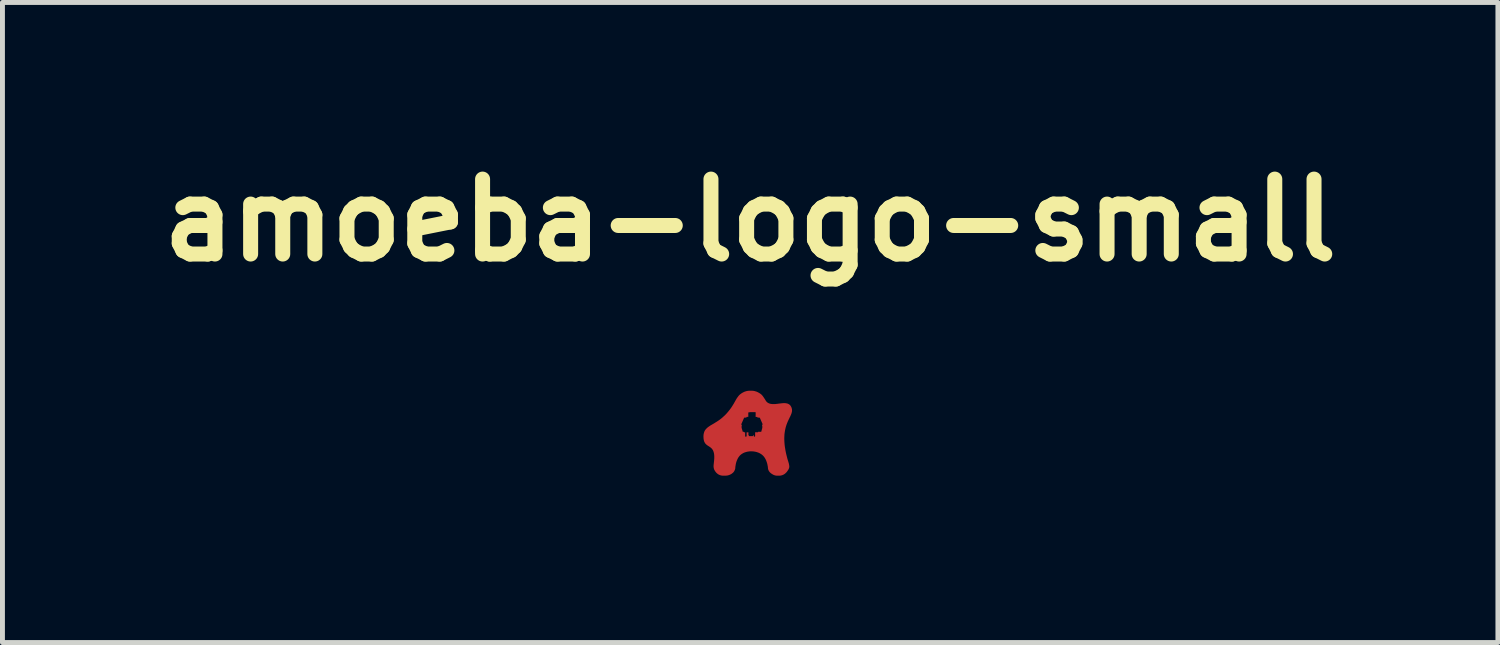
<source format=kicad_pcb>
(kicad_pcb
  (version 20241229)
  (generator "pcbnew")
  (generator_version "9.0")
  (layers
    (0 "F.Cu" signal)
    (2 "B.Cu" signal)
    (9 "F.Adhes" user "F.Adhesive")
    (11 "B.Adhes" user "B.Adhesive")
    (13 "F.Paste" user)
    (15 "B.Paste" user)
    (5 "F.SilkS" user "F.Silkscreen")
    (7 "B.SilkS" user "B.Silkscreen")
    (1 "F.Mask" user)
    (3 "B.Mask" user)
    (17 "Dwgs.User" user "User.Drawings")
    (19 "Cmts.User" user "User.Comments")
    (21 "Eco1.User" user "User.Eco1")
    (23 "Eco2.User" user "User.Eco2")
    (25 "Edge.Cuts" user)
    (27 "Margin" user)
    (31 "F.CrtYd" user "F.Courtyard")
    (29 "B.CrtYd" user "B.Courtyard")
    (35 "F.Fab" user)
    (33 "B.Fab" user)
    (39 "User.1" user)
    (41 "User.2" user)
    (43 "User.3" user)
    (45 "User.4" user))
  (footprint "amoeba-logo-small"
    (layer "F.Cu")
    (at 12.207 5.746)
    (property "Reference" "amoeba-logo-small" (at 0 -4.319 180) (layer "F.SilkS") (effects (font (size 1.524 1.524) (thickness 0.305))))
    (attr smd)
    (fp_poly (pts (xy -0.011 -0.85) (xy 0.006 -0.415) (xy 0.104 -0.415) (xy 0.111 -0.407) (xy 0.11 -0.317) (xy 0.144 -0.317) (xy 0.149 -0.303) (xy 0.189 -0.303) (xy 0.194 -0.299) (xy 0.198 -0.294) (xy 0.255 -0.164) (xy 0.242 -0.158) (xy 0.242 -0.136) (xy 0.246 -0.137) (xy 0.246 -0.095) (xy 0.224 -0.014) (xy 0.159 -0.014) (xy 0.159 -0.005) (xy 0.1 -0.005) (xy 0.1 0.074) (xy 0.087 0.088) (xy 0.072 0.074) (xy 0.072 0.045) (xy 0.052 0.074) (xy -0.022 0.074) (xy -0.037 0.046) (xy -0.036 -0.004) (xy -0.073 -0.004) (xy -0.073 0.075) (xy -0.088 0.089) (xy -0.103 0.075) (xy -0.103 -0.005) (xy -0.127 -0.005) (xy -0.127 -0.015) (xy -0.151 -0.014) (xy -0.175 -0.096) (xy -0.175 -0.135) (xy -0.171 -0.136) (xy -0.172 -0.158) (xy -0.178 -0.158) (xy -0.184 -0.163) (xy -0.125 -0.298) (xy -0.121 -0.301) (xy -0.117 -0.303) (xy -0.079 -0.303) (xy -0.072 -0.318) (xy -0.039 -0.318) (xy -0.039 -0.408) (xy 0.006 -0.415) (xy -0.011 -0.85) (xy -0.031 -0.849) (xy -0.051 -0.847) (xy -0.072 -0.843) (xy -0.092 -0.837) (xy -0.112 -0.831) (xy -0.132 -0.822) (xy -0.152 -0.812) (xy -0.172 -0.8) (xy -0.191 -0.787) (xy -0.209 -0.773) (xy -0.226 -0.757) (xy -0.241 -0.739) (xy -0.256 -0.719) (xy -0.27 -0.7) (xy -0.282 -0.68) (xy -0.293 -0.662) (xy -0.302 -0.645) (xy -0.31 -0.631) (xy -0.317 -0.619) (xy -0.333 -0.59) (xy -0.35 -0.562) (xy -0.367 -0.535) (xy -0.383 -0.51) (xy -0.4 -0.486) (xy -0.417 -0.463) (xy -0.434 -0.442) (xy -0.451 -0.421) (xy -0.468 -0.401) (xy -0.484 -0.383) (xy -0.501 -0.365) (xy -0.518 -0.348) (xy -0.534 -0.333) (xy -0.551 -0.318) (xy -0.567 -0.303) (xy -0.583 -0.29) (xy -0.599 -0.277) (xy -0.615 -0.265) (xy -0.631 -0.253) (xy -0.647 -0.242) (xy -0.662 -0.232) (xy -0.677 -0.222) (xy -0.692 -0.213) (xy -0.707 -0.204) (xy -0.721 -0.195) (xy -0.735 -0.186) (xy -0.749 -0.178) (xy -0.762 -0.17) (xy -0.775 -0.163) (xy -0.788 -0.155) (xy -0.801 -0.148) (xy -0.813 -0.14) (xy -0.824 -0.133) (xy -0.835 -0.125) (xy -0.846 -0.118) (xy -0.857 -0.11) (xy -0.867 -0.102) (xy -0.876 -0.094) (xy -0.885 -0.086) (xy -0.893 -0.077) (xy -0.901 -0.069) (xy -0.909 -0.059) (xy -0.916 -0.05) (xy -0.922 -0.04) (xy -0.928 -0.029) (xy -0.933 -0.018) (xy -0.937 -0.006) (xy -0.941 0.007) (xy -0.944 0.02) (xy -0.947 0.033) (xy -0.949 0.048) (xy -0.95 0.063) (xy -0.951 0.08) (xy -0.95 0.099) (xy -0.949 0.116) (xy -0.948 0.132) (xy -0.945 0.147) (xy -0.942 0.161) (xy -0.939 0.174) (xy -0.934 0.186) (xy -0.93 0.196) (xy -0.924 0.206) (xy -0.919 0.215) (xy -0.913 0.224) (xy -0.906 0.231) (xy -0.899 0.238) (xy -0.892 0.245) (xy -0.885 0.251) (xy -0.877 0.257) (xy -0.869 0.263) (xy -0.861 0.268) (xy -0.853 0.273) (xy -0.845 0.278) (xy -0.837 0.283) (xy -0.829 0.289) (xy -0.821 0.294) (xy -0.813 0.3) (xy -0.805 0.306) (xy -0.798 0.312) (xy -0.79 0.319) (xy -0.783 0.326) (xy -0.776 0.334) (xy -0.77 0.343) (xy -0.763 0.352) (xy -0.758 0.362) (xy -0.752 0.373) (xy -0.748 0.386) (xy -0.743 0.399) (xy -0.74 0.413) (xy -0.736 0.428) (xy -0.734 0.445) (xy -0.732 0.463) (xy -0.731 0.483) (xy -0.731 0.504) (xy -0.731 0.526) (xy -0.733 0.551) (xy -0.735 0.577) (xy -0.738 0.604) (xy -0.741 0.632) (xy -0.744 0.657) (xy -0.745 0.679) (xy -0.745 0.7) (xy -0.742 0.719) (xy -0.738 0.737) (xy -0.732 0.755) (xy -0.722 0.773) (xy -0.71 0.792) (xy -0.696 0.81) (xy -0.681 0.826) (xy -0.664 0.84) (xy -0.647 0.852) (xy -0.629 0.861) (xy -0.609 0.869) (xy -0.589 0.874) (xy -0.567 0.877) (xy -0.545 0.878) (xy -0.514 0.878) (xy -0.492 0.877) (xy -0.47 0.875) (xy -0.45 0.871) (xy -0.43 0.865) (xy -0.411 0.857) (xy -0.392 0.848) (xy -0.375 0.837) (xy -0.357 0.823) (xy -0.341 0.808) (xy -0.328 0.791) (xy -0.318 0.772) (xy -0.31 0.752) (xy -0.304 0.731) (xy -0.304 0.728) (xy -0.304 0.722) (xy -0.303 0.711) (xy -0.302 0.696) (xy -0.299 0.679) (xy -0.296 0.659) (xy -0.292 0.637) (xy -0.286 0.613) (xy -0.279 0.589) (xy -0.269 0.564) (xy -0.258 0.539) (xy -0.245 0.514) (xy -0.229 0.491) (xy -0.211 0.469) (xy -0.19 0.45) (xy -0.173 0.437) (xy -0.155 0.426) (xy -0.137 0.416) (xy -0.117 0.407) (xy -0.096 0.4) (xy -0.075 0.394) (xy -0.053 0.389) (xy -0.031 0.386) (xy -0.008 0.383) (xy 0.014 0.382) (xy 0.037 0.383) (xy 0.06 0.384) (xy 0.082 0.387) (xy 0.105 0.391) (xy 0.126 0.396) (xy 0.148 0.403) (xy 0.168 0.41) (xy 0.188 0.419) (xy 0.207 0.43) (xy 0.225 0.441) (xy 0.242 0.454) (xy 0.263 0.473) (xy 0.282 0.495) (xy 0.298 0.518) (xy 0.312 0.543) (xy 0.324 0.568) (xy 0.333 0.593) (xy 0.341 0.617) (xy 0.348 0.641) (xy 0.352 0.663) (xy 0.356 0.683) (xy 0.359 0.7) (xy 0.36 0.715) (xy 0.361 0.726) (xy 0.362 0.733) (xy 0.362 0.735) (xy 0.367 0.755) (xy 0.375 0.774) (xy 0.385 0.791) (xy 0.398 0.807) (xy 0.414 0.823) (xy 0.433 0.837) (xy 0.452 0.849) (xy 0.471 0.86) (xy 0.491 0.868) (xy 0.511 0.874) (xy 0.532 0.877) (xy 0.554 0.878) (xy 0.584 0.878) (xy 0.607 0.877) (xy 0.628 0.874) (xy 0.649 0.868) (xy 0.668 0.861) (xy 0.687 0.851) (xy 0.705 0.839) (xy 0.722 0.824) (xy 0.738 0.808) (xy 0.753 0.789) (xy 0.765 0.771) (xy 0.776 0.755) (xy 0.784 0.739) (xy 0.79 0.723) (xy 0.794 0.706) (xy 0.795 0.686) (xy 0.792 0.664) (xy 0.787 0.637) (xy 0.778 0.604) (xy 0.766 0.566) (xy 0.755 0.529) (xy 0.746 0.493) (xy 0.737 0.458) (xy 0.729 0.424) (xy 0.722 0.391) (xy 0.716 0.359) (xy 0.711 0.328) (xy 0.706 0.298) (xy 0.702 0.269) (xy 0.699 0.241) (xy 0.697 0.213) (xy 0.695 0.186) (xy 0.694 0.161) (xy 0.693 0.136) (xy 0.693 0.111) (xy 0.694 0.088) (xy 0.695 0.065) (xy 0.696 0.043) (xy 0.698 0.022) (xy 0.701 0.001) (xy 0.704 -0.019) (xy 0.707 -0.038) (xy 0.711 -0.057) (xy 0.715 -0.075) (xy 0.719 -0.093) (xy 0.723 -0.11) (xy 0.728 -0.126) (xy 0.733 -0.142) (xy 0.738 -0.158) (xy 0.744 -0.173) (xy 0.749 -0.187) (xy 0.755 -0.201) (xy 0.76 -0.215) (xy 0.766 -0.228) (xy 0.772 -0.241) (xy 0.778 -0.253) (xy 0.783 -0.265) (xy 0.789 -0.277) (xy 0.795 -0.289) (xy 0.8 -0.3) (xy 0.805 -0.311) (xy 0.811 -0.321) (xy 0.816 -0.332) (xy 0.82 -0.342) (xy 0.825 -0.352) (xy 0.829 -0.362) (xy 0.833 -0.372) (xy 0.837 -0.382) (xy 0.84 -0.391) (xy 0.843 -0.401) (xy 0.845 -0.41) (xy 0.847 -0.419) (xy 0.849 -0.429) (xy 0.85 -0.438) (xy 0.85 -0.447) (xy 0.85 -0.457) (xy 0.85 -0.466) (xy 0.848 -0.476) (xy 0.846 -0.485) (xy 0.844 -0.495) (xy 0.841 -0.505) (xy 0.833 -0.522) (xy 0.825 -0.537) (xy 0.815 -0.551) (xy 0.805 -0.562) (xy 0.793 -0.571) (xy 0.78 -0.579) (xy 0.767 -0.585) (xy 0.753 -0.59) (xy 0.738 -0.593) (xy 0.723 -0.596) (xy 0.707 -0.597) (xy 0.69 -0.597) (xy 0.673 -0.597) (xy 0.655 -0.596) (xy 0.638 -0.594) (xy 0.619 -0.592) (xy 0.601 -0.59) (xy 0.583 -0.588) (xy 0.564 -0.585) (xy 0.546 -0.583) (xy 0.527 -0.581) (xy 0.509 -0.579) (xy 0.491 -0.578) (xy 0.473 -0.578) (xy 0.455 -0.578) (xy 0.438 -0.58) (xy 0.422 -0.582) (xy 0.405 -0.585) (xy 0.39 -0.59) (xy 0.375 -0.596) (xy 0.36 -0.604) (xy 0.347 -0.613) (xy 0.334 -0.625) (xy 0.325 -0.635) (xy 0.315 -0.65) (xy 0.304 -0.669) (xy 0.291 -0.689) (xy 0.277 -0.71) (xy 0.262 -0.732) (xy 0.246 -0.753) (xy 0.228 -0.772) (xy 0.209 -0.787) (xy 0.189 -0.8) (xy 0.169 -0.812) (xy 0.149 -0.822) (xy 0.129 -0.831) (xy 0.109 -0.837) (xy 0.088 -0.843) (xy 0.068 -0.847) (xy 0.048 -0.849) (xy 0.028 -0.85) (xy -0.011 -0.85)) (stroke (width 0) (type solid)) (fill yes) (layer "F.Cu"))
    (fp_poly (pts (xy -0.079 -1.271) (xy -0.1 -1.271) (xy -0.122 -1.269) (xy -0.144 -1.267) (xy -0.166 -1.263) (xy -0.187 -1.258) (xy -0.209 -1.252) (xy -0.23 -1.245) (xy -0.252 -1.237) (xy -0.273 -1.228) (xy -0.295 -1.218) (xy -0.316 -1.207) (xy -0.337 -1.195) (xy -0.359 -1.181) (xy -0.38 -1.167) (xy -0.398 -1.153) (xy -0.416 -1.137) (xy -0.433 -1.12) (xy -0.45 -1.102) (xy -0.466 -1.082) (xy -0.481 -1.062) (xy -0.496 -1.042) (xy -0.51 -1.021) (xy -0.523 -1.001) (xy -0.535 -0.981) (xy -0.547 -0.962) (xy -0.557 -0.944) (xy -0.566 -0.927) (xy -0.575 -0.911) (xy -0.582 -0.898) (xy -0.588 -0.887) (xy -0.606 -0.855) (xy -0.623 -0.825) (xy -0.64 -0.796) (xy -0.657 -0.768) (xy -0.674 -0.741) (xy -0.69 -0.715) (xy -0.707 -0.689) (xy -0.723 -0.665) (xy -0.739 -0.642) (xy -0.755 -0.619) (xy -0.77 -0.598) (xy -0.786 -0.577) (xy -0.801 -0.557) (xy -0.816 -0.538) (xy -0.831 -0.519) (xy -0.846 -0.502) (xy -0.86 -0.485) (xy -0.874 -0.469) (xy -0.888 -0.453) (xy -0.902 -0.438) (xy -0.916 -0.424) (xy -0.929 -0.411) (xy -0.943 -0.398) (xy -0.956 -0.385) (xy -0.969 -0.373) (xy -0.981 -0.362) (xy -0.994 -0.351) (xy -1.006 -0.341) (xy -1.018 -0.331) (xy -1.03 -0.322) (xy -1.042 -0.313) (xy -1.053 -0.304) (xy -1.064 -0.296) (xy -1.076 -0.288) (xy -1.086 -0.281) (xy -1.097 -0.273) (xy -1.108 -0.266) (xy -1.118 -0.26) (xy -1.128 -0.253) (xy -1.138 -0.247) (xy -1.147 -0.241) (xy -1.157 -0.235) (xy -1.166 -0.23) (xy -1.175 -0.224) (xy -1.184 -0.219) (xy -1.192 -0.214) (xy -1.201 -0.208) (xy -1.209 -0.203) (xy -1.217 -0.198) (xy -1.224 -0.193) (xy -1.232 -0.188) (xy -1.239 -0.183) (xy -1.246 -0.177) (xy -1.253 -0.172) (xy -1.26 -0.167) (xy -1.266 -0.161) (xy -1.272 -0.155) (xy -1.278 -0.149) (xy -1.284 -0.143) (xy -1.289 -0.137) (xy -1.295 -0.13) (xy -1.3 -0.124) (xy -1.305 -0.116) (xy -1.309 -0.109) (xy -1.314 -0.101) (xy -1.318 -0.093) (xy -1.322 -0.085) (xy -1.326 -0.076) (xy -1.329 -0.067) (xy -1.333 -0.057) (xy -1.336 -0.047) (xy -1.338 -0.036) (xy -1.341 -0.025) (xy -1.343 -0.013) (xy -1.346 -0.001) (xy -1.348 0.012) (xy -1.349 0.025) (xy -1.351 0.039) (xy -1.352 0.054) (xy -1.353 0.069) (xy -1.354 0.085) (xy -1.354 0.102) (xy -1.354 0.119) (xy -1.354 0.133) (xy -1.353 0.145) (xy -1.352 0.157) (xy -1.35 0.168) (xy -1.348 0.178) (xy -1.345 0.188) (xy -1.342 0.197) (xy -1.338 0.205) (xy -1.334 0.212) (xy -1.329 0.219) (xy -1.324 0.226) (xy -1.319 0.232) (xy -1.313 0.237) (xy -1.307 0.242) (xy -1.301 0.246) (xy -1.294 0.25) (xy -1.287 0.254) (xy -1.28 0.257) (xy -1.273 0.26) (xy -1.265 0.263) (xy -1.257 0.265) (xy -1.249 0.268) (xy -1.241 0.27) (xy -1.233 0.272) (xy -1.224 0.273) (xy -1.215 0.275) (xy -1.206 0.277) (xy -1.198 0.278) (xy -1.189 0.28) (xy -1.18 0.281) (xy -1.171 0.283) (xy -1.161 0.285) (xy -1.152 0.286) (xy -1.143 0.288) (xy -1.134 0.291) (xy -1.125 0.293) (xy -1.116 0.296) (xy -1.107 0.299) (xy -1.099 0.302) (xy -1.09 0.305) (xy -1.081 0.309) (xy -1.073 0.314) (xy -1.065 0.318) (xy -1.057 0.324) (xy -1.049 0.329) (xy -1.041 0.336) (xy -1.034 0.343) (xy -1.027 0.35) (xy -1.02 0.358) (xy -1.013 0.367) (xy -1.007 0.376) (xy -1.001 0.386) (xy -0.996 0.397) (xy -0.99 0.409) (xy -0.986 0.421) (xy -0.981 0.434) (xy -0.977 0.448) (xy -0.973 0.463) (xy -0.97 0.479) (xy -0.967 0.496) (xy -0.965 0.514) (xy -0.963 0.533) (xy -0.962 0.553) (xy -0.961 0.574) (xy -0.961 0.597) (xy -0.962 0.62) (xy -0.963 0.645) (xy -0.964 0.67) (xy -0.966 0.697) (xy -0.969 0.726) (xy -0.973 0.755) (xy -0.976 0.784) (xy -0.979 0.81) (xy -0.982 0.835) (xy -0.983 0.858) (xy -0.984 0.88) (xy -0.984 0.901) (xy -0.983 0.921) (xy -0.981 0.94) (xy -0.978 0.958) (xy -0.973 0.976) (xy -0.967 0.994) (xy -0.96 1.012) (xy -0.95 1.03) (xy -0.939 1.049) (xy -0.926 1.068) (xy -0.912 1.087) (xy -0.898 1.104) (xy -0.883 1.12) (xy -0.867 1.135) (xy -0.85 1.148) (xy -0.833 1.16) (xy -0.816 1.171) (xy -0.797 1.18) (xy -0.778 1.189) (xy -0.759 1.196) (xy -0.738 1.202) (xy -0.717 1.206) (xy -0.696 1.209) (xy -0.674 1.211) (xy -0.651 1.212) (xy -0.6 1.212) (xy -0.576 1.211) (xy -0.553 1.209) (xy -0.53 1.207) (xy -0.508 1.203) (xy -0.486 1.197) (xy -0.465 1.191) (xy -0.445 1.184) (xy -0.425 1.175) (xy -0.405 1.165) (xy -0.386 1.154) (xy -0.368 1.142) (xy -0.349 1.129) (xy -0.332 1.114) (xy -0.316 1.099) (xy -0.302 1.083) (xy -0.29 1.066) (xy -0.279 1.048) (xy -0.269 1.029) (xy -0.261 1.009) (xy -0.255 0.988) (xy -0.25 0.966) (xy -0.231 0.955) (xy -0.213 0.944) (xy -0.194 0.934) (xy -0.175 0.925) (xy -0.155 0.917) (xy -0.136 0.909) (xy -0.117 0.903) (xy -0.097 0.897) (xy -0.077 0.893) (xy -0.057 0.889) (xy -0.037 0.886) (xy -0.017 0.884) (xy 0.003 0.883) (xy 0.023 0.883) (xy 0.043 0.883) (xy 0.064 0.885) (xy 0.084 0.887) (xy 0.104 0.891) (xy 0.125 0.895) (xy 0.145 0.9) (xy 0.165 0.906) (xy 0.186 0.913) (xy 0.206 0.921) (xy 0.226 0.93) (xy 0.246 0.939) (xy 0.266 0.95) (xy 0.286 0.961) (xy 0.306 0.974) (xy 0.325 0.987) (xy 0.345 1.001) (xy 0.364 1.017) (xy 0.384 1.033) (xy 0.388 1.053) (xy 0.394 1.072) (xy 0.402 1.091) (xy 0.411 1.109) (xy 0.422 1.126) (xy 0.435 1.143) (xy 0.449 1.158) (xy 0.465 1.174) (xy 0.483 1.188) (xy 0.502 1.202) (xy 0.52 1.215) (xy 0.54 1.227) (xy 0.559 1.237) (xy 0.579 1.246) (xy 0.599 1.254) (xy 0.619 1.26) (xy 0.639 1.265) (xy 0.66 1.269) (xy 0.682 1.271) (xy 0.703 1.271) (xy 0.754 1.271) (xy 0.777 1.271) (xy 0.799 1.269) (xy 0.82 1.265) (xy 0.841 1.261) (xy 0.862 1.255) (xy 0.882 1.248) (xy 0.901 1.239) (xy 0.919 1.229) (xy 0.938 1.218) (xy 0.955 1.205) (xy 0.972 1.192) (xy 0.989 1.176) (xy 1.005 1.16) (xy 1.02 1.142) (xy 1.035 1.123) (xy 1.048 1.105) (xy 1.06 1.087) (xy 1.07 1.071) (xy 1.08 1.055) (xy 1.088 1.04) (xy 1.094 1.024) (xy 1.1 1.007) (xy 1.103 0.99) (xy 1.105 0.971) (xy 1.105 0.951) (xy 1.103 0.929) (xy 1.1 0.905) (xy 1.094 0.878) (xy 1.086 0.848) (xy 1.076 0.815) (xy 1.065 0.777) (xy 1.054 0.741) (xy 1.044 0.705) (xy 1.034 0.669) (xy 1.025 0.635) (xy 1.016 0.602) (xy 1.008 0.569) (xy 1 0.537) (xy 0.993 0.505) (xy 0.987 0.475) (xy 0.981 0.445) (xy 0.975 0.416) (xy 0.97 0.388) (xy 0.965 0.36) (xy 0.961 0.333) (xy 0.957 0.307) (xy 0.954 0.281) (xy 0.951 0.256) (xy 0.949 0.232) (xy 0.947 0.208) (xy 0.945 0.185) (xy 0.944 0.162) (xy 0.943 0.141) (xy 0.943 0.119) (xy 0.943 0.099) (xy 0.943 0.078) (xy 0.944 0.059) (xy 0.945 0.04) (xy 0.946 0.021) (xy 0.948 0.003) (xy 0.95 -0.014) (xy 0.952 -0.031) (xy 0.954 -0.048) (xy 0.957 -0.064) (xy 0.96 -0.079) (xy 0.963 -0.094) (xy 0.967 -0.109) (xy 0.97 -0.123) (xy 0.974 -0.137) (xy 0.979 -0.15) (xy 0.983 -0.163) (xy 0.988 -0.176) (xy 0.992 -0.188) (xy 0.997 -0.2) (xy 1.002 -0.211) (xy 1.008 -0.222) (xy 1.013 -0.233) (xy 1.019 -0.243) (xy 1.024 -0.254) (xy 1.03 -0.263) (xy 1.036 -0.273) (xy 1.042 -0.282) (xy 1.048 -0.291) (xy 1.054 -0.3) (xy 1.06 -0.308) (xy 1.066 -0.316) (xy 1.073 -0.324) (xy 1.079 -0.332) (xy 1.085 -0.339) (xy 1.092 -0.347) (xy 1.098 -0.354) (xy 1.104 -0.361) (xy 1.111 -0.368) (xy 1.117 -0.374) (xy 1.123 -0.381) (xy 1.13 -0.387) (xy 1.136 -0.393) (xy 1.142 -0.399) (xy 1.148 -0.406) (xy 1.154 -0.411) (xy 1.16 -0.417) (xy 1.166 -0.423) (xy 1.171 -0.429) (xy 1.177 -0.434) (xy 1.182 -0.44) (xy 1.187 -0.446) (xy 1.192 -0.451) (xy 1.197 -0.457) (xy 1.202 -0.463) (xy 1.207 -0.468) (xy 1.211 -0.474) (xy 1.215 -0.48) (xy 1.219 -0.485) (xy 1.223 -0.491) (xy 1.226 -0.497) (xy 1.229 -0.503) (xy 1.232 -0.509) (xy 1.235 -0.515) (xy 1.238 -0.521) (xy 1.24 -0.528) (xy 1.242 -0.534) (xy 1.243 -0.541) (xy 1.244 -0.548) (xy 1.245 -0.555) (xy 1.246 -0.562) (xy 1.246 -0.57) (xy 1.246 -0.577) (xy 1.246 -0.585) (xy 1.245 -0.593) (xy 1.244 -0.601) (xy 1.242 -0.61) (xy 1.24 -0.619) (xy 1.237 -0.628) (xy 1.235 -0.637) (xy 1.231 -0.646) (xy 1.224 -0.666) (xy 1.215 -0.684) (xy 1.206 -0.701) (xy 1.197 -0.716) (xy 1.187 -0.73) (xy 1.176 -0.743) (xy 1.165 -0.755) (xy 1.154 -0.765) (xy 1.142 -0.774) (xy 1.129 -0.782) (xy 1.116 -0.789) (xy 1.103 -0.795) (xy 1.089 -0.801) (xy 1.075 -0.805) (xy 1.061 -0.809) (xy 1.046 -0.812) (xy 1.031 -0.814) (xy 1.016 -0.816) (xy 1 -0.817) (xy 0.984 -0.817) (xy 0.968 -0.818) (xy 0.952 -0.818) (xy 0.935 -0.817) (xy 0.919 -0.816) (xy 0.902 -0.815) (xy 0.885 -0.814) (xy 0.868 -0.813) (xy 0.851 -0.812) (xy 0.834 -0.811) (xy 0.817 -0.81) (xy 0.8 -0.809) (xy 0.782 -0.808) (xy 0.765 -0.808) (xy 0.748 -0.808) (xy 0.731 -0.808) (xy 0.714 -0.809) (xy 0.697 -0.81) (xy 0.68 -0.812) (xy 0.664 -0.814) (xy 0.647 -0.817) (xy 0.631 -0.821) (xy 0.615 -0.825) (xy 0.599 -0.831) (xy 0.583 -0.837) (xy 0.568 -0.844) (xy 0.553 -0.852) (xy 0.538 -0.861) (xy 0.524 -0.872) (xy 0.51 -0.883) (xy 0.496 -0.896) (xy 0.487 -0.906) (xy 0.478 -0.918) (xy 0.468 -0.933) (xy 0.457 -0.951) (xy 0.445 -0.969) (xy 0.433 -0.989) (xy 0.42 -1.01) (xy 0.406 -1.032) (xy 0.392 -1.054) (xy 0.376 -1.075) (xy 0.36 -1.096) (xy 0.343 -1.116) (xy 0.325 -1.135) (xy 0.307 -1.152) (xy 0.288 -1.167) (xy 0.266 -1.181) (xy 0.245 -1.195) (xy 0.223 -1.207) (xy 0.201 -1.218) (xy 0.18 -1.228) (xy 0.158 -1.237) (xy 0.137 -1.245) (xy 0.115 -1.252) (xy 0.094 -1.258) (xy 0.072 -1.263) (xy 0.051 -1.267) (xy 0.029 -1.269) (xy 0.008 -1.271) (xy -0.014 -1.271) (xy -0.079 -1.271)) (stroke (width 0) (type solid)) (fill yes) (layer "F.Mask")))
  (gr_rect
    (start -3 -3)
    (end 27.413 10.017)
    (stroke (width 0.1) (type default))
    (fill no)
    (layer "Edge.Cuts")))
</source>
